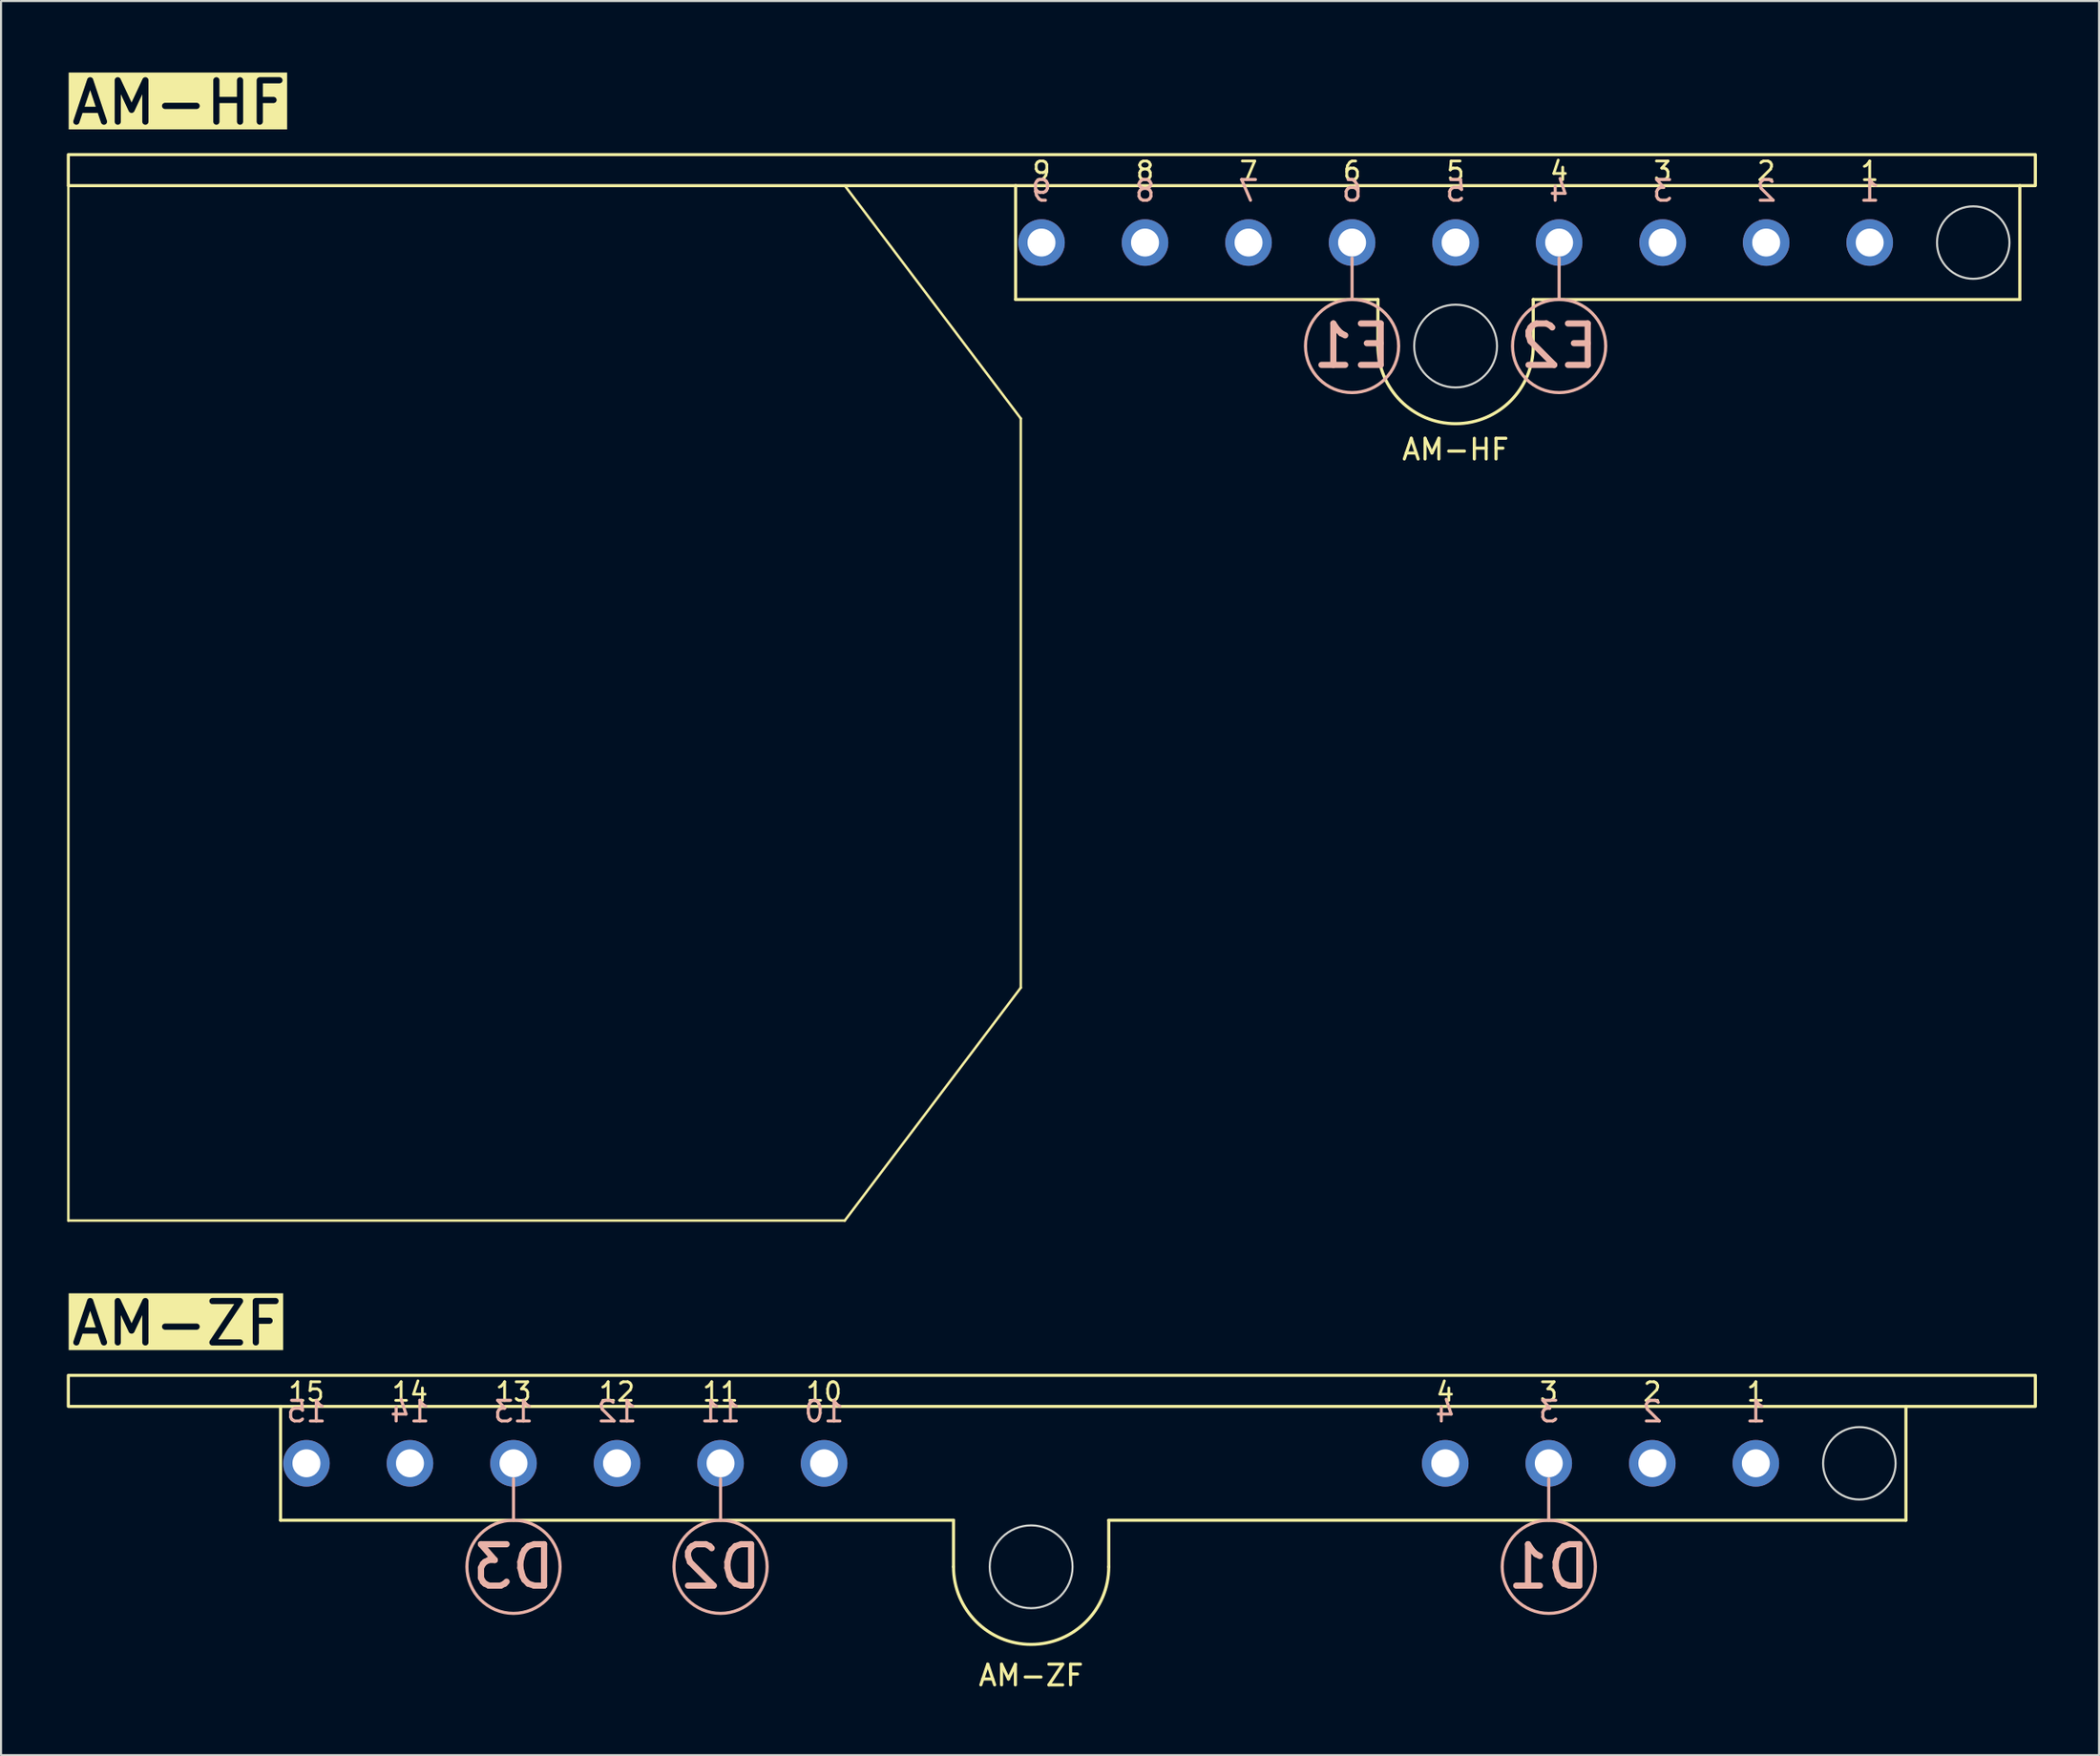
<source format=kicad_pcb>
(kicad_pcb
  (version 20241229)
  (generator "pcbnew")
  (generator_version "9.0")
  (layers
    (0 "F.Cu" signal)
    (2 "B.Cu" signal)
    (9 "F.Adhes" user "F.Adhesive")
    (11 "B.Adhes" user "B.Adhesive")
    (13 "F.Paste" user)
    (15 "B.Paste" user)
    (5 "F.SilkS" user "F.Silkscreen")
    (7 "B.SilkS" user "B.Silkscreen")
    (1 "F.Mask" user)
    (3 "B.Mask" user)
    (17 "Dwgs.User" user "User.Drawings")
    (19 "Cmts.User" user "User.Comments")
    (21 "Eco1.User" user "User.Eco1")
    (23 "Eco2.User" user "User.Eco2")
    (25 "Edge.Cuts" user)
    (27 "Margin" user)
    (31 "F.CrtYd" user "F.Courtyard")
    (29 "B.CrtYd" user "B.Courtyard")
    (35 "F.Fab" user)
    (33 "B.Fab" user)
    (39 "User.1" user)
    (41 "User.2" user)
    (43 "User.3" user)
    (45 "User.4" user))
  (footprint "AM-HF"
    (layer "F.Cu")
    (at 0.25 4.419)
    (property "Reference" "AM-HF" (at 67 14.25 0) (unlocked yes) (layer "F.SilkS") (effects (font (size 1 1) (thickness 0.15))))
    (attr through_hole)
    (fp_line (start 0 1.5) (end 0 51.5) (stroke (width 0.12) (type default)) (layer "F.SilkS"))
    (fp_line (start 0 51.5) (end 37.5 51.5) (stroke (width 0.12) (type default)) (layer "F.SilkS"))
    (fp_line (start 37.5 51.5) (end 46 40.25) (stroke (width 0.12) (type default)) (layer "F.SilkS"))
    (fp_line (start 45.75 7) (end 45.75 1.5) (stroke (width 0.15) (type default)) (layer "F.SilkS"))
    (fp_line (start 46 12.75) (end 37.5 1.5) (stroke (width 0.12) (type default)) (layer "F.SilkS"))
    (fp_line (start 46 12.75) (end 46 40.25) (stroke (width 0.12) (type default)) (layer "F.SilkS"))
    (fp_line (start 63.25 7) (end 45.75 7) (stroke (width 0.15) (type default)) (layer "F.SilkS"))
    (fp_line (start 63.25 7) (end 63.25 9.25) (stroke (width 0.15) (type default)) (layer "F.SilkS"))
    (fp_line (start 70.75 7) (end 70.75 9.25) (stroke (width 0.15) (type default)) (layer "F.SilkS"))
    (fp_line (start 94.25 1.5) (end 94.25 7) (stroke (width 0.15) (type default)) (layer "F.SilkS"))
    (fp_line (start 94.25 7) (end 70.75 7) (stroke (width 0.15) (type default)) (layer "F.SilkS"))
    (fp_rect (start 0 0) (end 95 1.5) (stroke (width 0.15) (type default)) (fill no) (layer "F.SilkS"))
    (fp_arc (start 70.75 9.25) (mid 67 13) (end 63.25 9.25) (stroke (width 0.15) (type default)) (layer "F.SilkS"))
    (fp_line (start 62 5) (end 62 7) (stroke (width 0.15) (type default)) (layer "B.SilkS"))
    (fp_line (start 72 5) (end 72 7) (stroke (width 0.15) (type default)) (layer "B.SilkS"))
    (fp_circle (center 62 9.25) (end 64.25 9.25) (stroke (width 0.15) (type default)) (fill no) (layer "B.SilkS"))
    (fp_circle (center 72 9.25) (end 74.25 9.25) (stroke (width 0.15) (type default)) (fill no) (layer "B.SilkS"))
    (fp_circle (center 67 9.25) (end 69 9.25) (stroke (width 0.1) (type default)) (fill no) (layer "Edge.Cuts"))
    (fp_circle (center 92 4.25) (end 93.75 4.25) (stroke (width 0.1) (type default)) (fill no) (layer "Edge.Cuts"))
    (fp_text user "8" (at 52 0.8 0) (unlocked yes) (layer "F.SilkS") (effects (font (size 0.9 0.9) (thickness 0.135))))
    (fp_text user "1" (at 87 0.8 0) (unlocked yes) (layer "F.SilkS") (effects (font (size 0.9 0.9) (thickness 0.135))))
    (fp_text user "6" (at 62 0.8 0) (unlocked yes) (layer "F.SilkS") (effects (font (size 0.9 0.9) (thickness 0.135))))
    (fp_text user "AM-HF" (at 0 -2.5 0) (unlocked yes) (layer "F.SilkS" knockout) (effects (font (size 2 2) (thickness 0.3)) (justify left)))
    (fp_text user "9" (at 47 0.8 0) (unlocked yes) (layer "F.SilkS") (effects (font (size 0.9 0.9) (thickness 0.135))))
    (fp_text user "5" (at 67 0.8 0) (unlocked yes) (layer "F.SilkS") (effects (font (size 0.9 0.9) (thickness 0.135))))
    (fp_text user "4" (at 72 0.8 0) (unlocked yes) (layer "F.SilkS") (effects (font (size 0.9 0.9) (thickness 0.135))))
    (fp_text user "7" (at 57 0.8 0) (unlocked yes) (layer "F.SilkS") (effects (font (size 0.9 0.9) (thickness 0.135))))
    (fp_text user "3" (at 77 0.8 0) (unlocked yes) (layer "F.SilkS") (effects (font (size 0.9 0.9) (thickness 0.135))))
    (fp_text user "2" (at 82 0.8 0) (unlocked yes) (layer "F.SilkS") (effects (font (size 0.9 0.9) (thickness 0.135))))
    (fp_text user "6" (at 62 1.75 0) (unlocked yes) (layer "B.SilkS") (effects (font (size 1 1) (thickness 0.15)) (justify mirror)))
    (fp_text user "9" (at 47 1.75 0) (unlocked yes) (layer "B.SilkS") (effects (font (size 1 1) (thickness 0.15)) (justify mirror)))
    (fp_text user "3" (at 77 1.75 0) (unlocked yes) (layer "B.SilkS") (effects (font (size 1 1) (thickness 0.15)) (justify mirror)))
    (fp_text user "7" (at 57 1.75 0) (unlocked yes) (layer "B.SilkS") (effects (font (size 1 1) (thickness 0.15)) (justify mirror)))
    (fp_text user "E1" (at 62 9.25 0) (unlocked yes) (layer "B.SilkS") (effects (font (size 2 2) (thickness 0.3)) (justify mirror)))
    (fp_text user "5" (at 67 1.75 0) (unlocked yes) (layer "B.SilkS") (effects (font (size 1 1) (thickness 0.15)) (justify mirror)))
    (fp_text user "8" (at 52 1.75 0) (unlocked yes) (layer "B.SilkS") (effects (font (size 1 1) (thickness 0.15)) (justify mirror)))
    (fp_text user "E2" (at 72 9.25 0) (unlocked yes) (layer "B.SilkS") (effects (font (size 2 2) (thickness 0.3)) (justify mirror)))
    (fp_text user "1" (at 87 1.75 0) (unlocked yes) (layer "B.SilkS") (effects (font (size 1 1) (thickness 0.15)) (justify mirror)))
    (fp_text user "2" (at 82 1.75 0) (unlocked yes) (layer "B.SilkS") (effects (font (size 1 1) (thickness 0.15)) (justify mirror)))
    (fp_text user "4" (at 72 1.75 0) (unlocked yes) (layer "B.SilkS") (effects (font (size 1 1) (thickness 0.15)) (justify mirror)))
    (pad "1" thru_hole circle (at 87 4.25) (size 2.25 2.25) (drill 1.35) (layers "*.Cu" "B.Mask") (remove_unused_layers yes) (keep_end_layers yes) (zone_layer_connections))
    (pad "2" thru_hole circle (at 82 4.25) (size 2.25 2.25) (drill 1.35) (layers "*.Cu" "B.Mask") (remove_unused_layers yes) (keep_end_layers yes) (zone_layer_connections))
    (pad "3" thru_hole circle (at 77 4.25) (size 2.25 2.25) (drill 1.35) (layers "*.Cu" "B.Mask") (remove_unused_layers yes) (keep_end_layers yes) (zone_layer_connections))
    (pad "4" thru_hole circle (at 72 4.25) (size 2.25 2.25) (drill 1.35) (layers "*.Cu" "B.Mask") (remove_unused_layers yes) (keep_end_layers yes) (zone_layer_connections))
    (pad "5" thru_hole circle (at 67 4.25) (size 2.25 2.25) (drill 1.35) (layers "*.Cu" "B.Mask") (remove_unused_layers yes) (keep_end_layers yes) (zone_layer_connections))
    (pad "6" thru_hole circle (at 62 4.25) (size 2.25 2.25) (drill 1.35) (layers "*.Cu" "B.Mask") (remove_unused_layers yes) (keep_end_layers yes) (zone_layer_connections))
    (pad "7" thru_hole circle (at 57 4.25) (size 2.25 2.25) (drill 1.35) (layers "*.Cu" "B.Mask") (remove_unused_layers yes) (keep_end_layers yes) (zone_layer_connections))
    (pad "8" thru_hole circle (at 52 4.25) (size 2.25 2.25) (drill 1.35) (layers "*.Cu" "B.Mask") (remove_unused_layers yes) (keep_end_layers yes) (zone_layer_connections))
    (pad "9" thru_hole circle (at 47 4.25) (size 2.25 2.25) (drill 1.35) (layers "*.Cu" "B.Mask") (remove_unused_layers yes) (keep_end_layers yes) (zone_layer_connections)))
  (footprint "AM-ZF"
    (layer "F.Cu")
    (at 0.25 63.397)
    (property "Reference" "AM-ZF" (at 46.5 14.5 0) (unlocked yes) (layer "F.SilkS") (effects (font (size 1 1) (thickness 0.15))))
    (attr through_hole)
    (fp_line (start 10.25 7) (end 10.25 1.5) (stroke (width 0.15) (type default)) (layer "F.SilkS"))
    (fp_line (start 42.75 7) (end 10.25 7) (stroke (width 0.15) (type default)) (layer "F.SilkS"))
    (fp_line (start 42.75 7) (end 42.75 9.25) (stroke (width 0.15) (type default)) (layer "F.SilkS"))
    (fp_line (start 50.25 7) (end 50.25 9.25) (stroke (width 0.15) (type default)) (layer "F.SilkS"))
    (fp_line (start 88.75 1.5) (end 88.75 7) (stroke (width 0.15) (type default)) (layer "F.SilkS"))
    (fp_line (start 88.75 7) (end 50.25 7) (stroke (width 0.15) (type default)) (layer "F.SilkS"))
    (fp_rect (start 95 1.5) (end 0 0) (stroke (width 0.15) (type default)) (fill no) (layer "F.SilkS"))
    (fp_arc (start 50.25 9.25) (mid 46.5 13) (end 42.75 9.25) (stroke (width 0.15) (type default)) (layer "F.SilkS"))
    (fp_line (start 21.5 7) (end 21.5 5) (stroke (width 0.15) (type default)) (layer "B.SilkS"))
    (fp_line (start 31.5 7) (end 31.5 5) (stroke (width 0.15) (type default)) (layer "B.SilkS"))
    (fp_line (start 71.5 7) (end 71.5 5) (stroke (width 0.15) (type default)) (layer "B.SilkS"))
    (fp_circle (center 21.5 9.25) (end 19.25 9.25) (stroke (width 0.15) (type default)) (fill no) (layer "B.SilkS"))
    (fp_circle (center 31.5 9.25) (end 29.25 9.25) (stroke (width 0.15) (type default)) (fill no) (layer "B.SilkS"))
    (fp_circle (center 71.5 9.25) (end 69.25 9.25) (stroke (width 0.15) (type default)) (fill no) (layer "B.SilkS"))
    (fp_circle (center 46.5 9.25) (end 48.5 9.25) (stroke (width 0.1) (type default)) (fill no) (layer "Edge.Cuts"))
    (fp_circle (center 86.5 4.25) (end 88.25 4.25) (stroke (width 0.1) (type default)) (fill no) (layer "Edge.Cuts"))
    (fp_text user "3" (at 71.5 0.8 0) (unlocked yes) (layer "F.SilkS") (effects (font (size 0.9 0.9) (thickness 0.135))))
    (fp_text user "2" (at 76.5 0.8 0) (unlocked yes) (layer "F.SilkS") (effects (font (size 0.9 0.9) (thickness 0.135))))
    (fp_text user "13" (at 21.5 0.8 0) (unlocked yes) (layer "F.SilkS") (effects (font (size 0.9 0.9) (thickness 0.135))))
    (fp_text user "11" (at 31.5 0.8 0) (unlocked yes) (layer "F.SilkS") (effects (font (size 0.9 0.9) (thickness 0.135))))
    (fp_text user "10" (at 36.5 0.8 0) (unlocked yes) (layer "F.SilkS") (effects (font (size 0.9 0.9) (thickness 0.135))))
    (fp_text user "12" (at 26.5 0.8 0) (unlocked yes) (layer "F.SilkS") (effects (font (size 0.9 0.9) (thickness 0.135))))
    (fp_text user "4" (at 66.5 0.8 0) (unlocked yes) (layer "F.SilkS") (effects (font (size 0.9 0.9) (thickness 0.135))))
    (fp_text user "14" (at 16.5 0.8 0) (unlocked yes) (layer "F.SilkS") (effects (font (size 0.9 0.9) (thickness 0.135))))
    (fp_text user "AM-ZF" (at 0 -2.5 0) (unlocked yes) (layer "F.SilkS" knockout) (effects (font (size 2 2) (thickness 0.3)) (justify left)))
    (fp_text user "1" (at 81.5 0.8 0) (unlocked yes) (layer "F.SilkS") (effects (font (size 0.9 0.9) (thickness 0.135))))
    (fp_text user "15" (at 11.5 0.8 0) (unlocked yes) (layer "F.SilkS") (effects (font (size 0.9 0.9) (thickness 0.135))))
    (fp_text user "14" (at 16.5 1.75 0) (unlocked yes) (layer "B.SilkS") (effects (font (size 1 1) (thickness 0.15)) (justify mirror)))
    (fp_text user "4" (at 66.5 1.75 0) (unlocked yes) (layer "B.SilkS") (effects (font (size 1 1) (thickness 0.15)) (justify mirror)))
    (fp_text user "3" (at 71.5 1.75 0) (unlocked yes) (layer "B.SilkS") (effects (font (size 1 1) (thickness 0.15)) (justify mirror)))
    (fp_text user "2" (at 76.5 1.75 0) (unlocked yes) (layer "B.SilkS") (effects (font (size 1 1) (thickness 0.15)) (justify mirror)))
    (fp_text user "10" (at 36.5 1.75 0) (unlocked yes) (layer "B.SilkS") (effects (font (size 1 1) (thickness 0.15)) (justify mirror)))
    (fp_text user "D1" (at 71.5 9.25 0) (unlocked yes) (layer "B.SilkS") (effects (font (size 2 2) (thickness 0.3)) (justify mirror)))
    (fp_text user "D3" (at 21.5 9.25 0) (unlocked yes) (layer "B.SilkS") (effects (font (size 2 2) (thickness 0.3)) (justify mirror)))
    (fp_text user "13" (at 21.5 1.75 0) (unlocked yes) (layer "B.SilkS") (effects (font (size 1 1) (thickness 0.15)) (justify mirror)))
    (fp_text user "12" (at 26.5 1.75 0) (unlocked yes) (layer "B.SilkS") (effects (font (size 1 1) (thickness 0.15)) (justify mirror)))
    (fp_text user "15" (at 11.5 1.75 0) (unlocked yes) (layer "B.SilkS") (effects (font (size 1 1) (thickness 0.15)) (justify mirror)))
    (fp_text user "1" (at 81.5 1.75 0) (unlocked yes) (layer "B.SilkS") (effects (font (size 1 1) (thickness 0.15)) (justify mirror)))
    (fp_text user "D2" (at 31.5 9.25 0) (unlocked yes) (layer "B.SilkS") (effects (font (size 2 2) (thickness 0.3)) (justify mirror)))
    (fp_text user "11" (at 31.5 1.75 0) (unlocked yes) (layer "B.SilkS") (effects (font (size 1 1) (thickness 0.15)) (justify mirror)))
    (pad "1" thru_hole circle (at 81.5 4.25) (size 2.25 2.25) (drill 1.35) (layers "*.Cu" "B.Mask") (remove_unused_layers yes) (keep_end_layers yes) (zone_layer_connections))
    (pad "2" thru_hole circle (at 76.5 4.25) (size 2.25 2.25) (drill 1.35) (layers "*.Cu" "B.Mask") (remove_unused_layers yes) (keep_end_layers yes) (zone_layer_connections))
    (pad "3" thru_hole circle (at 71.5 4.25) (size 2.25 2.25) (drill 1.35) (layers "*.Cu" "B.Mask") (remove_unused_layers yes) (keep_end_layers yes) (zone_layer_connections))
    (pad "4" thru_hole circle (at 66.5 4.25) (size 2.25 2.25) (drill 1.35) (layers "*.Cu" "B.Mask") (remove_unused_layers yes) (keep_end_layers yes) (zone_layer_connections))
    (pad "10" thru_hole circle (at 36.5 4.25) (size 2.25 2.25) (drill 1.35) (layers "*.Cu" "B.Mask") (remove_unused_layers yes) (keep_end_layers yes) (zone_layer_connections))
    (pad "11" thru_hole circle (at 31.5 4.25) (size 2.25 2.25) (drill 1.35) (layers "*.Cu" "B.Mask") (remove_unused_layers yes) (keep_end_layers yes) (zone_layer_connections))
    (pad "12" thru_hole circle (at 26.5 4.25) (size 2.25 2.25) (drill 1.35) (layers "*.Cu" "B.Mask") (remove_unused_layers yes) (keep_end_layers yes) (zone_layer_connections))
    (pad "13" thru_hole circle (at 21.5 4.25) (size 2.25 2.25) (drill 1.35) (layers "*.Cu" "B.Mask") (remove_unused_layers yes) (keep_end_layers yes) (zone_layer_connections))
    (pad "14" thru_hole circle (at 16.5 4.25) (size 2.25 2.25) (drill 1.35) (layers "*.Cu" "B.Mask") (remove_unused_layers yes) (keep_end_layers yes) (zone_layer_connections))
    (pad "15" thru_hole circle (at 11.5 4.25) (size 2.25 2.25) (drill 1.35) (layers "*.Cu" "B.Mask") (remove_unused_layers yes) (keep_end_layers yes) (zone_layer_connections)))
  (gr_rect
    (start -3 -3)
    (end 98.325 81.746)
    (stroke (width 0.1) (type default))
    (fill no)
    (layer "Edge.Cuts")))
</source>
